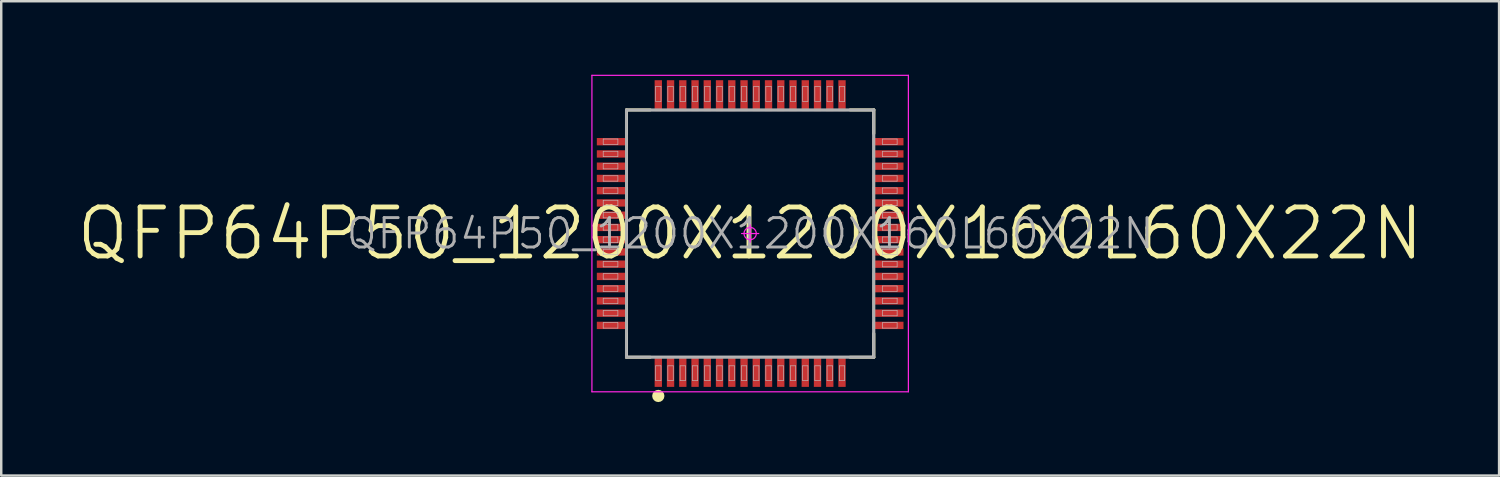
<source format=kicad_pcb>
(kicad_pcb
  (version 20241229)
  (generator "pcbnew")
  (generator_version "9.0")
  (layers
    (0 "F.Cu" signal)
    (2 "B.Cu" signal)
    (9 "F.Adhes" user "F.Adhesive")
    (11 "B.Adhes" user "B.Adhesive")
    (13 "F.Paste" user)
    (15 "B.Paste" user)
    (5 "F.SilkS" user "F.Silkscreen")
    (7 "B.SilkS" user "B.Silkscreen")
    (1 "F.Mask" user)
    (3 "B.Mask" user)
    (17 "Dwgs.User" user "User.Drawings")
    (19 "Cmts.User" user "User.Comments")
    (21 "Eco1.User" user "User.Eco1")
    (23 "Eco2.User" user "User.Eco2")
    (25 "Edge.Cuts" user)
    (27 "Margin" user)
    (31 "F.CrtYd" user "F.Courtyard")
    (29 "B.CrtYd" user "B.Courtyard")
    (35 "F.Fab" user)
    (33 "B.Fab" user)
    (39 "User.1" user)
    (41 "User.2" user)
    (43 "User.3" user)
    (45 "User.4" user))
  (footprint "QFP64P50_1200X1200X160L60X22N"
    (layer "F.Cu")
    (at 27.576 6.485)
    (property "Reference" "QFP64P50_1200X1200X160L60X22N" (at 0 0 0) (layer "F.Fab") (effects (font (size 1.2 1.2) (thickness 0.12))))
    (attr smd)
    (fp_line (start -5.05 -5.05) (end -5.05 -4.08) (stroke (width 0.12) (type solid)) (layer "F.SilkS"))
    (fp_line (start -5.05 5.05) (end -5.05 4.08) (stroke (width 0.12) (type solid)) (layer "F.SilkS"))
    (fp_line (start -4.08 -5.05) (end -5.05 -5.05) (stroke (width 0.12) (type solid)) (layer "F.SilkS"))
    (fp_line (start -4.08 5.05) (end -5.05 5.05) (stroke (width 0.12) (type solid)) (layer "F.SilkS"))
    (fp_line (start 4.08 -5.05) (end 5.05 -5.05) (stroke (width 0.12) (type solid)) (layer "F.SilkS"))
    (fp_line (start 4.08 5.05) (end 5.05 5.05) (stroke (width 0.12) (type solid)) (layer "F.SilkS"))
    (fp_line (start 5.05 -5.05) (end 5.05 -4.08) (stroke (width 0.12) (type solid)) (layer "F.SilkS"))
    (fp_line (start 5.05 5.05) (end 5.05 4.08) (stroke (width 0.12) (type solid)) (layer "F.SilkS"))
    (fp_circle (center -3.75 6.63) (end -3.75 6.755) (stroke (width 0.25) (type solid)) (fill no) (layer "F.SilkS"))
    (fp_line (start -6 -3.86) (end -5.4 -3.86) (stroke (width 0.025) (type solid)) (layer "Dwgs.User"))
    (fp_line (start -6 -3.64) (end -6 -3.86) (stroke (width 0.025) (type solid)) (layer "Dwgs.User"))
    (fp_line (start -6 -3.36) (end -5.4 -3.36) (stroke (width 0.025) (type solid)) (layer "Dwgs.User"))
    (fp_line (start -6 -3.14) (end -6 -3.36) (stroke (width 0.025) (type solid)) (layer "Dwgs.User"))
    (fp_line (start -6 -2.86) (end -5.4 -2.86) (stroke (width 0.025) (type solid)) (layer "Dwgs.User"))
    (fp_line (start -6 -2.64) (end -6 -2.86) (stroke (width 0.025) (type solid)) (layer "Dwgs.User"))
    (fp_line (start -6 -2.36) (end -5.4 -2.36) (stroke (width 0.025) (type solid)) (layer "Dwgs.User"))
    (fp_line (start -6 -2.14) (end -6 -2.36) (stroke (width 0.025) (type solid)) (layer "Dwgs.User"))
    (fp_line (start -6 -1.86) (end -5.4 -1.86) (stroke (width 0.025) (type solid)) (layer "Dwgs.User"))
    (fp_line (start -6 -1.64) (end -6 -1.86) (stroke (width 0.025) (type solid)) (layer "Dwgs.User"))
    (fp_line (start -6 -1.36) (end -5.4 -1.36) (stroke (width 0.025) (type solid)) (layer "Dwgs.User"))
    (fp_line (start -6 -1.14) (end -6 -1.36) (stroke (width 0.025) (type solid)) (layer "Dwgs.User"))
    (fp_line (start -6 -0.86) (end -5.4 -0.86) (stroke (width 0.025) (type solid)) (layer "Dwgs.User"))
    (fp_line (start -6 -0.64) (end -6 -0.86) (stroke (width 0.025) (type solid)) (layer "Dwgs.User"))
    (fp_line (start -6 -0.36) (end -5.4 -0.36) (stroke (width 0.025) (type solid)) (layer "Dwgs.User"))
    (fp_line (start -6 -0.14) (end -6 -0.36) (stroke (width 0.025) (type solid)) (layer "Dwgs.User"))
    (fp_line (start -6 0.14) (end -5.4 0.14) (stroke (width 0.025) (type solid)) (layer "Dwgs.User"))
    (fp_line (start -6 0.36) (end -6 0.14) (stroke (width 0.025) (type solid)) (layer "Dwgs.User"))
    (fp_line (start -6 0.64) (end -5.4 0.64) (stroke (width 0.025) (type solid)) (layer "Dwgs.User"))
    (fp_line (start -6 0.86) (end -6 0.64) (stroke (width 0.025) (type solid)) (layer "Dwgs.User"))
    (fp_line (start -6 1.14) (end -5.4 1.14) (stroke (width 0.025) (type solid)) (layer "Dwgs.User"))
    (fp_line (start -6 1.36) (end -6 1.14) (stroke (width 0.025) (type solid)) (layer "Dwgs.User"))
    (fp_line (start -6 1.64) (end -5.4 1.64) (stroke (width 0.025) (type solid)) (layer "Dwgs.User"))
    (fp_line (start -6 1.86) (end -6 1.64) (stroke (width 0.025) (type solid)) (layer "Dwgs.User"))
    (fp_line (start -6 2.14) (end -5.4 2.14) (stroke (width 0.025) (type solid)) (layer "Dwgs.User"))
    (fp_line (start -6 2.36) (end -6 2.14) (stroke (width 0.025) (type solid)) (layer "Dwgs.User"))
    (fp_line (start -6 2.64) (end -5.4 2.64) (stroke (width 0.025) (type solid)) (layer "Dwgs.User"))
    (fp_line (start -6 2.86) (end -6 2.64) (stroke (width 0.025) (type solid)) (layer "Dwgs.User"))
    (fp_line (start -6 3.14) (end -5.4 3.14) (stroke (width 0.025) (type solid)) (layer "Dwgs.User"))
    (fp_line (start -6 3.36) (end -6 3.14) (stroke (width 0.025) (type solid)) (layer "Dwgs.User"))
    (fp_line (start -6 3.64) (end -5.4 3.64) (stroke (width 0.025) (type solid)) (layer "Dwgs.User"))
    (fp_line (start -6 3.86) (end -6 3.64) (stroke (width 0.025) (type solid)) (layer "Dwgs.User"))
    (fp_line (start -5.4 -3.86) (end -5.4 -3.64) (stroke (width 0.025) (type solid)) (layer "Dwgs.User"))
    (fp_line (start -5.4 -3.64) (end -6 -3.64) (stroke (width 0.025) (type solid)) (layer "Dwgs.User"))
    (fp_line (start -5.4 -3.36) (end -5.4 -3.14) (stroke (width 0.025) (type solid)) (layer "Dwgs.User"))
    (fp_line (start -5.4 -3.14) (end -6 -3.14) (stroke (width 0.025) (type solid)) (layer "Dwgs.User"))
    (fp_line (start -5.4 -2.86) (end -5.4 -2.64) (stroke (width 0.025) (type solid)) (layer "Dwgs.User"))
    (fp_line (start -5.4 -2.64) (end -6 -2.64) (stroke (width 0.025) (type solid)) (layer "Dwgs.User"))
    (fp_line (start -5.4 -2.36) (end -5.4 -2.14) (stroke (width 0.025) (type solid)) (layer "Dwgs.User"))
    (fp_line (start -5.4 -2.14) (end -6 -2.14) (stroke (width 0.025) (type solid)) (layer "Dwgs.User"))
    (fp_line (start -5.4 -1.86) (end -5.4 -1.64) (stroke (width 0.025) (type solid)) (layer "Dwgs.User"))
    (fp_line (start -5.4 -1.64) (end -6 -1.64) (stroke (width 0.025) (type solid)) (layer "Dwgs.User"))
    (fp_line (start -5.4 -1.36) (end -5.4 -1.14) (stroke (width 0.025) (type solid)) (layer "Dwgs.User"))
    (fp_line (start -5.4 -1.14) (end -6 -1.14) (stroke (width 0.025) (type solid)) (layer "Dwgs.User"))
    (fp_line (start -5.4 -0.86) (end -5.4 -0.64) (stroke (width 0.025) (type solid)) (layer "Dwgs.User"))
    (fp_line (start -5.4 -0.64) (end -6 -0.64) (stroke (width 0.025) (type solid)) (layer "Dwgs.User"))
    (fp_line (start -5.4 -0.36) (end -5.4 -0.14) (stroke (width 0.025) (type solid)) (layer "Dwgs.User"))
    (fp_line (start -5.4 -0.14) (end -6 -0.14) (stroke (width 0.025) (type solid)) (layer "Dwgs.User"))
    (fp_line (start -5.4 0.14) (end -5.4 0.36) (stroke (width 0.025) (type solid)) (layer "Dwgs.User"))
    (fp_line (start -5.4 0.36) (end -6 0.36) (stroke (width 0.025) (type solid)) (layer "Dwgs.User"))
    (fp_line (start -5.4 0.64) (end -5.4 0.86) (stroke (width 0.025) (type solid)) (layer "Dwgs.User"))
    (fp_line (start -5.4 0.86) (end -6 0.86) (stroke (width 0.025) (type solid)) (layer "Dwgs.User"))
    (fp_line (start -5.4 1.14) (end -5.4 1.36) (stroke (width 0.025) (type solid)) (layer "Dwgs.User"))
    (fp_line (start -5.4 1.36) (end -6 1.36) (stroke (width 0.025) (type solid)) (layer "Dwgs.User"))
    (fp_line (start -5.4 1.64) (end -5.4 1.86) (stroke (width 0.025) (type solid)) (layer "Dwgs.User"))
    (fp_line (start -5.4 1.86) (end -6 1.86) (stroke (width 0.025) (type solid)) (layer "Dwgs.User"))
    (fp_line (start -5.4 2.14) (end -5.4 2.36) (stroke (width 0.025) (type solid)) (layer "Dwgs.User"))
    (fp_line (start -5.4 2.36) (end -6 2.36) (stroke (width 0.025) (type solid)) (layer "Dwgs.User"))
    (fp_line (start -5.4 2.64) (end -5.4 2.86) (stroke (width 0.025) (type solid)) (layer "Dwgs.User"))
    (fp_line (start -5.4 2.86) (end -6 2.86) (stroke (width 0.025) (type solid)) (layer "Dwgs.User"))
    (fp_line (start -5.4 3.14) (end -5.4 3.36) (stroke (width 0.025) (type solid)) (layer "Dwgs.User"))
    (fp_line (start -5.4 3.36) (end -6 3.36) (stroke (width 0.025) (type solid)) (layer "Dwgs.User"))
    (fp_line (start -5.4 3.64) (end -5.4 3.86) (stroke (width 0.025) (type solid)) (layer "Dwgs.User"))
    (fp_line (start -5.4 3.86) (end -6 3.86) (stroke (width 0.025) (type solid)) (layer "Dwgs.User"))
    (fp_line (start -5 -5) (end 5 -5) (stroke (width 0.025) (type solid)) (layer "Dwgs.User"))
    (fp_line (start -5 5) (end -5 -5) (stroke (width 0.025) (type solid)) (layer "Dwgs.User"))
    (fp_line (start -3.86 -6) (end -3.64 -6) (stroke (width 0.025) (type solid)) (layer "Dwgs.User"))
    (fp_line (start -3.86 -5.4) (end -3.86 -6) (stroke (width 0.025) (type solid)) (layer "Dwgs.User"))
    (fp_line (start -3.86 5.4) (end -3.64 5.4) (stroke (width 0.025) (type solid)) (layer "Dwgs.User"))
    (fp_line (start -3.86 6) (end -3.86 5.4) (stroke (width 0.025) (type solid)) (layer "Dwgs.User"))
    (fp_line (start -3.64 -6) (end -3.64 -5.4) (stroke (width 0.025) (type solid)) (layer "Dwgs.User"))
    (fp_line (start -3.64 -5.4) (end -3.86 -5.4) (stroke (width 0.025) (type solid)) (layer "Dwgs.User"))
    (fp_line (start -3.64 5.4) (end -3.64 6) (stroke (width 0.025) (type solid)) (layer "Dwgs.User"))
    (fp_line (start -3.64 6) (end -3.86 6) (stroke (width 0.025) (type solid)) (layer "Dwgs.User"))
    (fp_line (start -3.36 -6) (end -3.14 -6) (stroke (width 0.025) (type solid)) (layer "Dwgs.User"))
    (fp_line (start -3.36 -5.4) (end -3.36 -6) (stroke (width 0.025) (type solid)) (layer "Dwgs.User"))
    (fp_line (start -3.36 5.4) (end -3.14 5.4) (stroke (width 0.025) (type solid)) (layer "Dwgs.User"))
    (fp_line (start -3.36 6) (end -3.36 5.4) (stroke (width 0.025) (type solid)) (layer "Dwgs.User"))
    (fp_line (start -3.14 -6) (end -3.14 -5.4) (stroke (width 0.025) (type solid)) (layer "Dwgs.User"))
    (fp_line (start -3.14 -5.4) (end -3.36 -5.4) (stroke (width 0.025) (type solid)) (layer "Dwgs.User"))
    (fp_line (start -3.14 5.4) (end -3.14 6) (stroke (width 0.025) (type solid)) (layer "Dwgs.User"))
    (fp_line (start -3.14 6) (end -3.36 6) (stroke (width 0.025) (type solid)) (layer "Dwgs.User"))
    (fp_line (start -2.86 -6) (end -2.64 -6) (stroke (width 0.025) (type solid)) (layer "Dwgs.User"))
    (fp_line (start -2.86 -5.4) (end -2.86 -6) (stroke (width 0.025) (type solid)) (layer "Dwgs.User"))
    (fp_line (start -2.86 5.4) (end -2.64 5.4) (stroke (width 0.025) (type solid)) (layer "Dwgs.User"))
    (fp_line (start -2.86 6) (end -2.86 5.4) (stroke (width 0.025) (type solid)) (layer "Dwgs.User"))
    (fp_line (start -2.64 -6) (end -2.64 -5.4) (stroke (width 0.025) (type solid)) (layer "Dwgs.User"))
    (fp_line (start -2.64 -5.4) (end -2.86 -5.4) (stroke (width 0.025) (type solid)) (layer "Dwgs.User"))
    (fp_line (start -2.64 5.4) (end -2.64 6) (stroke (width 0.025) (type solid)) (layer "Dwgs.User"))
    (fp_line (start -2.64 6) (end -2.86 6) (stroke (width 0.025) (type solid)) (layer "Dwgs.User"))
    (fp_line (start -2.36 -6) (end -2.14 -6) (stroke (width 0.025) (type solid)) (layer "Dwgs.User"))
    (fp_line (start -2.36 -5.4) (end -2.36 -6) (stroke (width 0.025) (type solid)) (layer "Dwgs.User"))
    (fp_line (start -2.36 5.4) (end -2.14 5.4) (stroke (width 0.025) (type solid)) (layer "Dwgs.User"))
    (fp_line (start -2.36 6) (end -2.36 5.4) (stroke (width 0.025) (type solid)) (layer "Dwgs.User"))
    (fp_line (start -2.14 -6) (end -2.14 -5.4) (stroke (width 0.025) (type solid)) (layer "Dwgs.User"))
    (fp_line (start -2.14 -5.4) (end -2.36 -5.4) (stroke (width 0.025) (type solid)) (layer "Dwgs.User"))
    (fp_line (start -2.14 5.4) (end -2.14 6) (stroke (width 0.025) (type solid)) (layer "Dwgs.User"))
    (fp_line (start -2.14 6) (end -2.36 6) (stroke (width 0.025) (type solid)) (layer "Dwgs.User"))
    (fp_line (start -1.86 -6) (end -1.64 -6) (stroke (width 0.025) (type solid)) (layer "Dwgs.User"))
    (fp_line (start -1.86 -5.4) (end -1.86 -6) (stroke (width 0.025) (type solid)) (layer "Dwgs.User"))
    (fp_line (start -1.86 5.4) (end -1.64 5.4) (stroke (width 0.025) (type solid)) (layer "Dwgs.User"))
    (fp_line (start -1.86 6) (end -1.86 5.4) (stroke (width 0.025) (type solid)) (layer "Dwgs.User"))
    (fp_line (start -1.64 -6) (end -1.64 -5.4) (stroke (width 0.025) (type solid)) (layer "Dwgs.User"))
    (fp_line (start -1.64 -5.4) (end -1.86 -5.4) (stroke (width 0.025) (type solid)) (layer "Dwgs.User"))
    (fp_line (start -1.64 5.4) (end -1.64 6) (stroke (width 0.025) (type solid)) (layer "Dwgs.User"))
    (fp_line (start -1.64 6) (end -1.86 6) (stroke (width 0.025) (type solid)) (layer "Dwgs.User"))
    (fp_line (start -1.36 -6) (end -1.14 -6) (stroke (width 0.025) (type solid)) (layer "Dwgs.User"))
    (fp_line (start -1.36 -5.4) (end -1.36 -6) (stroke (width 0.025) (type solid)) (layer "Dwgs.User"))
    (fp_line (start -1.36 5.4) (end -1.14 5.4) (stroke (width 0.025) (type solid)) (layer "Dwgs.User"))
    (fp_line (start -1.36 6) (end -1.36 5.4) (stroke (width 0.025) (type solid)) (layer "Dwgs.User"))
    (fp_line (start -1.14 -6) (end -1.14 -5.4) (stroke (width 0.025) (type solid)) (layer "Dwgs.User"))
    (fp_line (start -1.14 -5.4) (end -1.36 -5.4) (stroke (width 0.025) (type solid)) (layer "Dwgs.User"))
    (fp_line (start -1.14 5.4) (end -1.14 6) (stroke (width 0.025) (type solid)) (layer "Dwgs.User"))
    (fp_line (start -1.14 6) (end -1.36 6) (stroke (width 0.025) (type solid)) (layer "Dwgs.User"))
    (fp_line (start -0.86 -6) (end -0.64 -6) (stroke (width 0.025) (type solid)) (layer "Dwgs.User"))
    (fp_line (start -0.86 -5.4) (end -0.86 -6) (stroke (width 0.025) (type solid)) (layer "Dwgs.User"))
    (fp_line (start -0.86 5.4) (end -0.64 5.4) (stroke (width 0.025) (type solid)) (layer "Dwgs.User"))
    (fp_line (start -0.86 6) (end -0.86 5.4) (stroke (width 0.025) (type solid)) (layer "Dwgs.User"))
    (fp_line (start -0.64 -6) (end -0.64 -5.4) (stroke (width 0.025) (type solid)) (layer "Dwgs.User"))
    (fp_line (start -0.64 -5.4) (end -0.86 -5.4) (stroke (width 0.025) (type solid)) (layer "Dwgs.User"))
    (fp_line (start -0.64 5.4) (end -0.64 6) (stroke (width 0.025) (type solid)) (layer "Dwgs.User"))
    (fp_line (start -0.64 6) (end -0.86 6) (stroke (width 0.025) (type solid)) (layer "Dwgs.User"))
    (fp_line (start -0.36 -6) (end -0.14 -6) (stroke (width 0.025) (type solid)) (layer "Dwgs.User"))
    (fp_line (start -0.36 -5.4) (end -0.36 -6) (stroke (width 0.025) (type solid)) (layer "Dwgs.User"))
    (fp_line (start -0.36 5.4) (end -0.14 5.4) (stroke (width 0.025) (type solid)) (layer "Dwgs.User"))
    (fp_line (start -0.36 6) (end -0.36 5.4) (stroke (width 0.025) (type solid)) (layer "Dwgs.User"))
    (fp_line (start -0.14 -6) (end -0.14 -5.4) (stroke (width 0.025) (type solid)) (layer "Dwgs.User"))
    (fp_line (start -0.14 -5.4) (end -0.36 -5.4) (stroke (width 0.025) (type solid)) (layer "Dwgs.User"))
    (fp_line (start -0.14 5.4) (end -0.14 6) (stroke (width 0.025) (type solid)) (layer "Dwgs.User"))
    (fp_line (start -0.14 6) (end -0.36 6) (stroke (width 0.025) (type solid)) (layer "Dwgs.User"))
    (fp_line (start 0.14 -6) (end 0.36 -6) (stroke (width 0.025) (type solid)) (layer "Dwgs.User"))
    (fp_line (start 0.14 -5.4) (end 0.14 -6) (stroke (width 0.025) (type solid)) (layer "Dwgs.User"))
    (fp_line (start 0.14 5.4) (end 0.36 5.4) (stroke (width 0.025) (type solid)) (layer "Dwgs.User"))
    (fp_line (start 0.14 6) (end 0.14 5.4) (stroke (width 0.025) (type solid)) (layer "Dwgs.User"))
    (fp_line (start 0.36 -6) (end 0.36 -5.4) (stroke (width 0.025) (type solid)) (layer "Dwgs.User"))
    (fp_line (start 0.36 -5.4) (end 0.14 -5.4) (stroke (width 0.025) (type solid)) (layer "Dwgs.User"))
    (fp_line (start 0.36 5.4) (end 0.36 6) (stroke (width 0.025) (type solid)) (layer "Dwgs.User"))
    (fp_line (start 0.36 6) (end 0.14 6) (stroke (width 0.025) (type solid)) (layer "Dwgs.User"))
    (fp_line (start 0.64 -6) (end 0.86 -6) (stroke (width 0.025) (type solid)) (layer "Dwgs.User"))
    (fp_line (start 0.64 -5.4) (end 0.64 -6) (stroke (width 0.025) (type solid)) (layer "Dwgs.User"))
    (fp_line (start 0.64 5.4) (end 0.86 5.4) (stroke (width 0.025) (type solid)) (layer "Dwgs.User"))
    (fp_line (start 0.64 6) (end 0.64 5.4) (stroke (width 0.025) (type solid)) (layer "Dwgs.User"))
    (fp_line (start 0.86 -6) (end 0.86 -5.4) (stroke (width 0.025) (type solid)) (layer "Dwgs.User"))
    (fp_line (start 0.86 -5.4) (end 0.64 -5.4) (stroke (width 0.025) (type solid)) (layer "Dwgs.User"))
    (fp_line (start 0.86 5.4) (end 0.86 6) (stroke (width 0.025) (type solid)) (layer "Dwgs.User"))
    (fp_line (start 0.86 6) (end 0.64 6) (stroke (width 0.025) (type solid)) (layer "Dwgs.User"))
    (fp_line (start 1.14 -6) (end 1.36 -6) (stroke (width 0.025) (type solid)) (layer "Dwgs.User"))
    (fp_line (start 1.14 -5.4) (end 1.14 -6) (stroke (width 0.025) (type solid)) (layer "Dwgs.User"))
    (fp_line (start 1.14 5.4) (end 1.36 5.4) (stroke (width 0.025) (type solid)) (layer "Dwgs.User"))
    (fp_line (start 1.14 6) (end 1.14 5.4) (stroke (width 0.025) (type solid)) (layer "Dwgs.User"))
    (fp_line (start 1.36 -6) (end 1.36 -5.4) (stroke (width 0.025) (type solid)) (layer "Dwgs.User"))
    (fp_line (start 1.36 -5.4) (end 1.14 -5.4) (stroke (width 0.025) (type solid)) (layer "Dwgs.User"))
    (fp_line (start 1.36 5.4) (end 1.36 6) (stroke (width 0.025) (type solid)) (layer "Dwgs.User"))
    (fp_line (start 1.36 6) (end 1.14 6) (stroke (width 0.025) (type solid)) (layer "Dwgs.User"))
    (fp_line (start 1.64 -6) (end 1.86 -6) (stroke (width 0.025) (type solid)) (layer "Dwgs.User"))
    (fp_line (start 1.64 -5.4) (end 1.64 -6) (stroke (width 0.025) (type solid)) (layer "Dwgs.User"))
    (fp_line (start 1.64 5.4) (end 1.86 5.4) (stroke (width 0.025) (type solid)) (layer "Dwgs.User"))
    (fp_line (start 1.64 6) (end 1.64 5.4) (stroke (width 0.025) (type solid)) (layer "Dwgs.User"))
    (fp_line (start 1.86 -6) (end 1.86 -5.4) (stroke (width 0.025) (type solid)) (layer "Dwgs.User"))
    (fp_line (start 1.86 -5.4) (end 1.64 -5.4) (stroke (width 0.025) (type solid)) (layer "Dwgs.User"))
    (fp_line (start 1.86 5.4) (end 1.86 6) (stroke (width 0.025) (type solid)) (layer "Dwgs.User"))
    (fp_line (start 1.86 6) (end 1.64 6) (stroke (width 0.025) (type solid)) (layer "Dwgs.User"))
    (fp_line (start 2.14 -6) (end 2.36 -6) (stroke (width 0.025) (type solid)) (layer "Dwgs.User"))
    (fp_line (start 2.14 -5.4) (end 2.14 -6) (stroke (width 0.025) (type solid)) (layer "Dwgs.User"))
    (fp_line (start 2.14 5.4) (end 2.36 5.4) (stroke (width 0.025) (type solid)) (layer "Dwgs.User"))
    (fp_line (start 2.14 6) (end 2.14 5.4) (stroke (width 0.025) (type solid)) (layer "Dwgs.User"))
    (fp_line (start 2.36 -6) (end 2.36 -5.4) (stroke (width 0.025) (type solid)) (layer "Dwgs.User"))
    (fp_line (start 2.36 -5.4) (end 2.14 -5.4) (stroke (width 0.025) (type solid)) (layer "Dwgs.User"))
    (fp_line (start 2.36 5.4) (end 2.36 6) (stroke (width 0.025) (type solid)) (layer "Dwgs.User"))
    (fp_line (start 2.36 6) (end 2.14 6) (stroke (width 0.025) (type solid)) (layer "Dwgs.User"))
    (fp_line (start 2.64 -6) (end 2.86 -6) (stroke (width 0.025) (type solid)) (layer "Dwgs.User"))
    (fp_line (start 2.64 -5.4) (end 2.64 -6) (stroke (width 0.025) (type solid)) (layer "Dwgs.User"))
    (fp_line (start 2.64 5.4) (end 2.86 5.4) (stroke (width 0.025) (type solid)) (layer "Dwgs.User"))
    (fp_line (start 2.64 6) (end 2.64 5.4) (stroke (width 0.025) (type solid)) (layer "Dwgs.User"))
    (fp_line (start 2.86 -6) (end 2.86 -5.4) (stroke (width 0.025) (type solid)) (layer "Dwgs.User"))
    (fp_line (start 2.86 -5.4) (end 2.64 -5.4) (stroke (width 0.025) (type solid)) (layer "Dwgs.User"))
    (fp_line (start 2.86 5.4) (end 2.86 6) (stroke (width 0.025) (type solid)) (layer "Dwgs.User"))
    (fp_line (start 2.86 6) (end 2.64 6) (stroke (width 0.025) (type solid)) (layer "Dwgs.User"))
    (fp_line (start 3.14 -6) (end 3.36 -6) (stroke (width 0.025) (type solid)) (layer "Dwgs.User"))
    (fp_line (start 3.14 -5.4) (end 3.14 -6) (stroke (width 0.025) (type solid)) (layer "Dwgs.User"))
    (fp_line (start 3.14 5.4) (end 3.36 5.4) (stroke (width 0.025) (type solid)) (layer "Dwgs.User"))
    (fp_line (start 3.14 6) (end 3.14 5.4) (stroke (width 0.025) (type solid)) (layer "Dwgs.User"))
    (fp_line (start 3.36 -6) (end 3.36 -5.4) (stroke (width 0.025) (type solid)) (layer "Dwgs.User"))
    (fp_line (start 3.36 -5.4) (end 3.14 -5.4) (stroke (width 0.025) (type solid)) (layer "Dwgs.User"))
    (fp_line (start 3.36 5.4) (end 3.36 6) (stroke (width 0.025) (type solid)) (layer "Dwgs.User"))
    (fp_line (start 3.36 6) (end 3.14 6) (stroke (width 0.025) (type solid)) (layer "Dwgs.User"))
    (fp_line (start 3.64 -6) (end 3.86 -6) (stroke (width 0.025) (type solid)) (layer "Dwgs.User"))
    (fp_line (start 3.64 -5.4) (end 3.64 -6) (stroke (width 0.025) (type solid)) (layer "Dwgs.User"))
    (fp_line (start 3.64 5.4) (end 3.86 5.4) (stroke (width 0.025) (type solid)) (layer "Dwgs.User"))
    (fp_line (start 3.64 6) (end 3.64 5.4) (stroke (width 0.025) (type solid)) (layer "Dwgs.User"))
    (fp_line (start 3.86 -6) (end 3.86 -5.4) (stroke (width 0.025) (type solid)) (layer "Dwgs.User"))
    (fp_line (start 3.86 -5.4) (end 3.64 -5.4) (stroke (width 0.025) (type solid)) (layer "Dwgs.User"))
    (fp_line (start 3.86 5.4) (end 3.86 6) (stroke (width 0.025) (type solid)) (layer "Dwgs.User"))
    (fp_line (start 3.86 6) (end 3.64 6) (stroke (width 0.025) (type solid)) (layer "Dwgs.User"))
    (fp_line (start 5 -5) (end 5 5) (stroke (width 0.025) (type solid)) (layer "Dwgs.User"))
    (fp_line (start 5 5) (end -5 5) (stroke (width 0.025) (type solid)) (layer "Dwgs.User"))
    (fp_line (start 5.4 -3.86) (end 6 -3.86) (stroke (width 0.025) (type solid)) (layer "Dwgs.User"))
    (fp_line (start 5.4 -3.64) (end 5.4 -3.86) (stroke (width 0.025) (type solid)) (layer "Dwgs.User"))
    (fp_line (start 5.4 -3.36) (end 6 -3.36) (stroke (width 0.025) (type solid)) (layer "Dwgs.User"))
    (fp_line (start 5.4 -3.14) (end 5.4 -3.36) (stroke (width 0.025) (type solid)) (layer "Dwgs.User"))
    (fp_line (start 5.4 -2.86) (end 6 -2.86) (stroke (width 0.025) (type solid)) (layer "Dwgs.User"))
    (fp_line (start 5.4 -2.64) (end 5.4 -2.86) (stroke (width 0.025) (type solid)) (layer "Dwgs.User"))
    (fp_line (start 5.4 -2.36) (end 6 -2.36) (stroke (width 0.025) (type solid)) (layer "Dwgs.User"))
    (fp_line (start 5.4 -2.14) (end 5.4 -2.36) (stroke (width 0.025) (type solid)) (layer "Dwgs.User"))
    (fp_line (start 5.4 -1.86) (end 6 -1.86) (stroke (width 0.025) (type solid)) (layer "Dwgs.User"))
    (fp_line (start 5.4 -1.64) (end 5.4 -1.86) (stroke (width 0.025) (type solid)) (layer "Dwgs.User"))
    (fp_line (start 5.4 -1.36) (end 6 -1.36) (stroke (width 0.025) (type solid)) (layer "Dwgs.User"))
    (fp_line (start 5.4 -1.14) (end 5.4 -1.36) (stroke (width 0.025) (type solid)) (layer "Dwgs.User"))
    (fp_line (start 5.4 -0.86) (end 6 -0.86) (stroke (width 0.025) (type solid)) (layer "Dwgs.User"))
    (fp_line (start 5.4 -0.64) (end 5.4 -0.86) (stroke (width 0.025) (type solid)) (layer "Dwgs.User"))
    (fp_line (start 5.4 -0.36) (end 6 -0.36) (stroke (width 0.025) (type solid)) (layer "Dwgs.User"))
    (fp_line (start 5.4 -0.14) (end 5.4 -0.36) (stroke (width 0.025) (type solid)) (layer "Dwgs.User"))
    (fp_line (start 5.4 0.14) (end 6 0.14) (stroke (width 0.025) (type solid)) (layer "Dwgs.User"))
    (fp_line (start 5.4 0.36) (end 5.4 0.14) (stroke (width 0.025) (type solid)) (layer "Dwgs.User"))
    (fp_line (start 5.4 0.64) (end 6 0.64) (stroke (width 0.025) (type solid)) (layer "Dwgs.User"))
    (fp_line (start 5.4 0.86) (end 5.4 0.64) (stroke (width 0.025) (type solid)) (layer "Dwgs.User"))
    (fp_line (start 5.4 1.14) (end 6 1.14) (stroke (width 0.025) (type solid)) (layer "Dwgs.User"))
    (fp_line (start 5.4 1.36) (end 5.4 1.14) (stroke (width 0.025) (type solid)) (layer "Dwgs.User"))
    (fp_line (start 5.4 1.64) (end 6 1.64) (stroke (width 0.025) (type solid)) (layer "Dwgs.User"))
    (fp_line (start 5.4 1.86) (end 5.4 1.64) (stroke (width 0.025) (type solid)) (layer "Dwgs.User"))
    (fp_line (start 5.4 2.14) (end 6 2.14) (stroke (width 0.025) (type solid)) (layer "Dwgs.User"))
    (fp_line (start 5.4 2.36) (end 5.4 2.14) (stroke (width 0.025) (type solid)) (layer "Dwgs.User"))
    (fp_line (start 5.4 2.64) (end 6 2.64) (stroke (width 0.025) (type solid)) (layer "Dwgs.User"))
    (fp_line (start 5.4 2.86) (end 5.4 2.64) (stroke (width 0.025) (type solid)) (layer "Dwgs.User"))
    (fp_line (start 5.4 3.14) (end 6 3.14) (stroke (width 0.025) (type solid)) (layer "Dwgs.User"))
    (fp_line (start 5.4 3.36) (end 5.4 3.14) (stroke (width 0.025) (type solid)) (layer "Dwgs.User"))
    (fp_line (start 5.4 3.64) (end 6 3.64) (stroke (width 0.025) (type solid)) (layer "Dwgs.User"))
    (fp_line (start 5.4 3.86) (end 5.4 3.64) (stroke (width 0.025) (type solid)) (layer "Dwgs.User"))
    (fp_line (start 6 -3.86) (end 6 -3.64) (stroke (width 0.025) (type solid)) (layer "Dwgs.User"))
    (fp_line (start 6 -3.64) (end 5.4 -3.64) (stroke (width 0.025) (type solid)) (layer "Dwgs.User"))
    (fp_line (start 6 -3.36) (end 6 -3.14) (stroke (width 0.025) (type solid)) (layer "Dwgs.User"))
    (fp_line (start 6 -3.14) (end 5.4 -3.14) (stroke (width 0.025) (type solid)) (layer "Dwgs.User"))
    (fp_line (start 6 -2.86) (end 6 -2.64) (stroke (width 0.025) (type solid)) (layer "Dwgs.User"))
    (fp_line (start 6 -2.64) (end 5.4 -2.64) (stroke (width 0.025) (type solid)) (layer "Dwgs.User"))
    (fp_line (start 6 -2.36) (end 6 -2.14) (stroke (width 0.025) (type solid)) (layer "Dwgs.User"))
    (fp_line (start 6 -2.14) (end 5.4 -2.14) (stroke (width 0.025) (type solid)) (layer "Dwgs.User"))
    (fp_line (start 6 -1.86) (end 6 -1.64) (stroke (width 0.025) (type solid)) (layer "Dwgs.User"))
    (fp_line (start 6 -1.64) (end 5.4 -1.64) (stroke (width 0.025) (type solid)) (layer "Dwgs.User"))
    (fp_line (start 6 -1.36) (end 6 -1.14) (stroke (width 0.025) (type solid)) (layer "Dwgs.User"))
    (fp_line (start 6 -1.14) (end 5.4 -1.14) (stroke (width 0.025) (type solid)) (layer "Dwgs.User"))
    (fp_line (start 6 -0.86) (end 6 -0.64) (stroke (width 0.025) (type solid)) (layer "Dwgs.User"))
    (fp_line (start 6 -0.64) (end 5.4 -0.64) (stroke (width 0.025) (type solid)) (layer "Dwgs.User"))
    (fp_line (start 6 -0.36) (end 6 -0.14) (stroke (width 0.025) (type solid)) (layer "Dwgs.User"))
    (fp_line (start 6 -0.14) (end 5.4 -0.14) (stroke (width 0.025) (type solid)) (layer "Dwgs.User"))
    (fp_line (start 6 0.14) (end 6 0.36) (stroke (width 0.025) (type solid)) (layer "Dwgs.User"))
    (fp_line (start 6 0.36) (end 5.4 0.36) (stroke (width 0.025) (type solid)) (layer "Dwgs.User"))
    (fp_line (start 6 0.64) (end 6 0.86) (stroke (width 0.025) (type solid)) (layer "Dwgs.User"))
    (fp_line (start 6 0.86) (end 5.4 0.86) (stroke (width 0.025) (type solid)) (layer "Dwgs.User"))
    (fp_line (start 6 1.14) (end 6 1.36) (stroke (width 0.025) (type solid)) (layer "Dwgs.User"))
    (fp_line (start 6 1.36) (end 5.4 1.36) (stroke (width 0.025) (type solid)) (layer "Dwgs.User"))
    (fp_line (start 6 1.64) (end 6 1.86) (stroke (width 0.025) (type solid)) (layer "Dwgs.User"))
    (fp_line (start 6 1.86) (end 5.4 1.86) (stroke (width 0.025) (type solid)) (layer "Dwgs.User"))
    (fp_line (start 6 2.14) (end 6 2.36) (stroke (width 0.025) (type solid)) (layer "Dwgs.User"))
    (fp_line (start 6 2.36) (end 5.4 2.36) (stroke (width 0.025) (type solid)) (layer "Dwgs.User"))
    (fp_line (start 6 2.64) (end 6 2.86) (stroke (width 0.025) (type solid)) (layer "Dwgs.User"))
    (fp_line (start 6 2.86) (end 5.4 2.86) (stroke (width 0.025) (type solid)) (layer "Dwgs.User"))
    (fp_line (start 6 3.14) (end 6 3.36) (stroke (width 0.025) (type solid)) (layer "Dwgs.User"))
    (fp_line (start 6 3.36) (end 5.4 3.36) (stroke (width 0.025) (type solid)) (layer "Dwgs.User"))
    (fp_line (start 6 3.64) (end 6 3.86) (stroke (width 0.025) (type solid)) (layer "Dwgs.User"))
    (fp_line (start 6 3.86) (end 5.4 3.86) (stroke (width 0.025) (type solid)) (layer "Dwgs.User"))
    (fp_line (start -6.46 -6.46) (end 6.46 -6.46) (stroke (width 0.05) (type solid)) (layer "F.CrtYd"))
    (fp_line (start -6.46 6.46) (end -6.46 -6.46) (stroke (width 0.05) (type solid)) (layer "F.CrtYd"))
    (fp_line (start -0.35 0) (end 0.35 0) (stroke (width 0.05) (type solid)) (layer "F.CrtYd"))
    (fp_line (start 0 -0.35) (end 0 0.35) (stroke (width 0.05) (type solid)) (layer "F.CrtYd"))
    (fp_line (start 6.46 -6.46) (end 6.46 6.46) (stroke (width 0.05) (type solid)) (layer "F.CrtYd"))
    (fp_line (start 6.46 6.46) (end -6.46 6.46) (stroke (width 0.05) (type solid)) (layer "F.CrtYd"))
    (fp_circle (center 0 0) (end 0 0.25) (stroke (width 0.05) (type solid)) (fill no) (layer "F.CrtYd"))
    (fp_line (start -5.05 -5.05) (end 5.05 -5.05) (stroke (width 0.12) (type solid)) (layer "F.Fab"))
    (fp_line (start -5.05 5.05) (end -5.05 -5.05) (stroke (width 0.12) (type solid)) (layer "F.Fab"))
    (fp_line (start 5.05 -5.05) (end 5.05 5.05) (stroke (width 0.12) (type solid)) (layer "F.Fab"))
    (fp_line (start 5.05 5.05) (end -5.05 5.05) (stroke (width 0.12) (type solid)) (layer "F.Fab"))
    (fp_text user "${REFERENCE}" (at 0 0 0) (layer "F.SilkS") (effects (font (size 2 2) (thickness 0.2))))
    (pad "1" smd rect (at -3.75 5.63 90) (size 1.26 0.3) (layers "F.Cu" "F.Mask" "F.Paste"))
    (pad "2" smd rect (at -3.25 5.63 90) (size 1.26 0.3) (layers "F.Cu" "F.Mask" "F.Paste"))
    (pad "3" smd rect (at -2.75 5.63 90) (size 1.26 0.3) (layers "F.Cu" "F.Mask" "F.Paste"))
    (pad "4" smd rect (at -2.25 5.63 90) (size 1.26 0.3) (layers "F.Cu" "F.Mask" "F.Paste"))
    (pad "5" smd rect (at -1.75 5.63 90) (size 1.26 0.3) (layers "F.Cu" "F.Mask" "F.Paste"))
    (pad "6" smd rect (at -1.25 5.63 90) (size 1.26 0.3) (layers "F.Cu" "F.Mask" "F.Paste"))
    (pad "7" smd rect (at -0.75 5.63 90) (size 1.26 0.3) (layers "F.Cu" "F.Mask" "F.Paste"))
    (pad "8" smd rect (at -0.25 5.63 90) (size 1.26 0.3) (layers "F.Cu" "F.Mask" "F.Paste"))
    (pad "9" smd rect (at 0.25 5.63 90) (size 1.26 0.3) (layers "F.Cu" "F.Mask" "F.Paste"))
    (pad "10" smd rect (at 0.75 5.63 90) (size 1.26 0.3) (layers "F.Cu" "F.Mask" "F.Paste"))
    (pad "11" smd rect (at 1.25 5.63 90) (size 1.26 0.3) (layers "F.Cu" "F.Mask" "F.Paste"))
    (pad "12" smd rect (at 1.75 5.63 90) (size 1.26 0.3) (layers "F.Cu" "F.Mask" "F.Paste"))
    (pad "13" smd rect (at 2.25 5.63 90) (size 1.26 0.3) (layers "F.Cu" "F.Mask" "F.Paste"))
    (pad "14" smd rect (at 2.75 5.63 90) (size 1.26 0.3) (layers "F.Cu" "F.Mask" "F.Paste"))
    (pad "15" smd rect (at 3.25 5.63 90) (size 1.26 0.3) (layers "F.Cu" "F.Mask" "F.Paste"))
    (pad "16" smd rect (at 3.75 5.63 90) (size 1.26 0.3) (layers "F.Cu" "F.Mask" "F.Paste"))
    (pad "17" smd rect (at 5.63 3.75) (size 1.26 0.3) (layers "F.Cu" "F.Mask" "F.Paste"))
    (pad "18" smd rect (at 5.63 3.25) (size 1.26 0.3) (layers "F.Cu" "F.Mask" "F.Paste"))
    (pad "19" smd rect (at 5.63 2.75) (size 1.26 0.3) (layers "F.Cu" "F.Mask" "F.Paste"))
    (pad "20" smd rect (at 5.63 2.25) (size 1.26 0.3) (layers "F.Cu" "F.Mask" "F.Paste"))
    (pad "21" smd rect (at 5.63 1.75) (size 1.26 0.3) (layers "F.Cu" "F.Mask" "F.Paste"))
    (pad "22" smd rect (at 5.63 1.25) (size 1.26 0.3) (layers "F.Cu" "F.Mask" "F.Paste"))
    (pad "23" smd rect (at 5.63 0.75) (size 1.26 0.3) (layers "F.Cu" "F.Mask" "F.Paste"))
    (pad "24" smd rect (at 5.63 0.25) (size 1.26 0.3) (layers "F.Cu" "F.Mask" "F.Paste"))
    (pad "25" smd rect (at 5.63 -0.25) (size 1.26 0.3) (layers "F.Cu" "F.Mask" "F.Paste"))
    (pad "26" smd rect (at 5.63 -0.75) (size 1.26 0.3) (layers "F.Cu" "F.Mask" "F.Paste"))
    (pad "27" smd rect (at 5.63 -1.25) (size 1.26 0.3) (layers "F.Cu" "F.Mask" "F.Paste"))
    (pad "28" smd rect (at 5.63 -1.75) (size 1.26 0.3) (layers "F.Cu" "F.Mask" "F.Paste"))
    (pad "29" smd rect (at 5.63 -2.25) (size 1.26 0.3) (layers "F.Cu" "F.Mask" "F.Paste"))
    (pad "30" smd rect (at 5.63 -2.75) (size 1.26 0.3) (layers "F.Cu" "F.Mask" "F.Paste"))
    (pad "31" smd rect (at 5.63 -3.25) (size 1.26 0.3) (layers "F.Cu" "F.Mask" "F.Paste"))
    (pad "32" smd rect (at 5.63 -3.75) (size 1.26 0.3) (layers "F.Cu" "F.Mask" "F.Paste"))
    (pad "33" smd rect (at 3.75 -5.63 90) (size 1.26 0.3) (layers "F.Cu" "F.Mask" "F.Paste"))
    (pad "34" smd rect (at 3.25 -5.63 90) (size 1.26 0.3) (layers "F.Cu" "F.Mask" "F.Paste"))
    (pad "35" smd rect (at 2.75 -5.63 90) (size 1.26 0.3) (layers "F.Cu" "F.Mask" "F.Paste"))
    (pad "36" smd rect (at 2.25 -5.63 90) (size 1.26 0.3) (layers "F.Cu" "F.Mask" "F.Paste"))
    (pad "37" smd rect (at 1.75 -5.63 90) (size 1.26 0.3) (layers "F.Cu" "F.Mask" "F.Paste"))
    (pad "38" smd rect (at 1.25 -5.63 90) (size 1.26 0.3) (layers "F.Cu" "F.Mask" "F.Paste"))
    (pad "39" smd rect (at 0.75 -5.63 90) (size 1.26 0.3) (layers "F.Cu" "F.Mask" "F.Paste"))
    (pad "40" smd rect (at 0.25 -5.63 90) (size 1.26 0.3) (layers "F.Cu" "F.Mask" "F.Paste"))
    (pad "41" smd rect (at -0.25 -5.63 90) (size 1.26 0.3) (layers "F.Cu" "F.Mask" "F.Paste"))
    (pad "42" smd rect (at -0.75 -5.63 90) (size 1.26 0.3) (layers "F.Cu" "F.Mask" "F.Paste"))
    (pad "43" smd rect (at -1.25 -5.63 90) (size 1.26 0.3) (layers "F.Cu" "F.Mask" "F.Paste"))
    (pad "44" smd rect (at -1.75 -5.63 90) (size 1.26 0.3) (layers "F.Cu" "F.Mask" "F.Paste"))
    (pad "45" smd rect (at -2.25 -5.63 90) (size 1.26 0.3) (layers "F.Cu" "F.Mask" "F.Paste"))
    (pad "46" smd rect (at -2.75 -5.63 90) (size 1.26 0.3) (layers "F.Cu" "F.Mask" "F.Paste"))
    (pad "47" smd rect (at -3.25 -5.63 90) (size 1.26 0.3) (layers "F.Cu" "F.Mask" "F.Paste"))
    (pad "48" smd rect (at -3.75 -5.63 90) (size 1.26 0.3) (layers "F.Cu" "F.Mask" "F.Paste"))
    (pad "49" smd rect (at -5.63 -3.75) (size 1.26 0.3) (layers "F.Cu" "F.Mask" "F.Paste"))
    (pad "50" smd rect (at -5.63 -3.25) (size 1.26 0.3) (layers "F.Cu" "F.Mask" "F.Paste"))
    (pad "51" smd rect (at -5.63 -2.75) (size 1.26 0.3) (layers "F.Cu" "F.Mask" "F.Paste"))
    (pad "52" smd rect (at -5.63 -2.25) (size 1.26 0.3) (layers "F.Cu" "F.Mask" "F.Paste"))
    (pad "53" smd rect (at -5.63 -1.75) (size 1.26 0.3) (layers "F.Cu" "F.Mask" "F.Paste"))
    (pad "54" smd rect (at -5.63 -1.25) (size 1.26 0.3) (layers "F.Cu" "F.Mask" "F.Paste"))
    (pad "55" smd rect (at -5.63 -0.75) (size 1.26 0.3) (layers "F.Cu" "F.Mask" "F.Paste"))
    (pad "56" smd rect (at -5.63 -0.25) (size 1.26 0.3) (layers "F.Cu" "F.Mask" "F.Paste"))
    (pad "57" smd rect (at -5.63 0.25) (size 1.26 0.3) (layers "F.Cu" "F.Mask" "F.Paste"))
    (pad "58" smd rect (at -5.63 0.75) (size 1.26 0.3) (layers "F.Cu" "F.Mask" "F.Paste"))
    (pad "59" smd rect (at -5.63 1.25) (size 1.26 0.3) (layers "F.Cu" "F.Mask" "F.Paste"))
    (pad "60" smd rect (at -5.63 1.75) (size 1.26 0.3) (layers "F.Cu" "F.Mask" "F.Paste"))
    (pad "61" smd rect (at -5.63 2.25) (size 1.26 0.3) (layers "F.Cu" "F.Mask" "F.Paste"))
    (pad "62" smd rect (at -5.63 2.75) (size 1.26 0.3) (layers "F.Cu" "F.Mask" "F.Paste"))
    (pad "63" smd rect (at -5.63 3.25) (size 1.26 0.3) (layers "F.Cu" "F.Mask" "F.Paste"))
    (pad "64" smd rect (at -5.63 3.75) (size 1.26 0.3) (layers "F.Cu" "F.Mask" "F.Paste")))
  (gr_rect
    (start -3 -3)
    (end 58.152 16.365)
    (stroke (width 0.1) (type default))
    (fill no)
    (layer "Edge.Cuts")))
</source>
